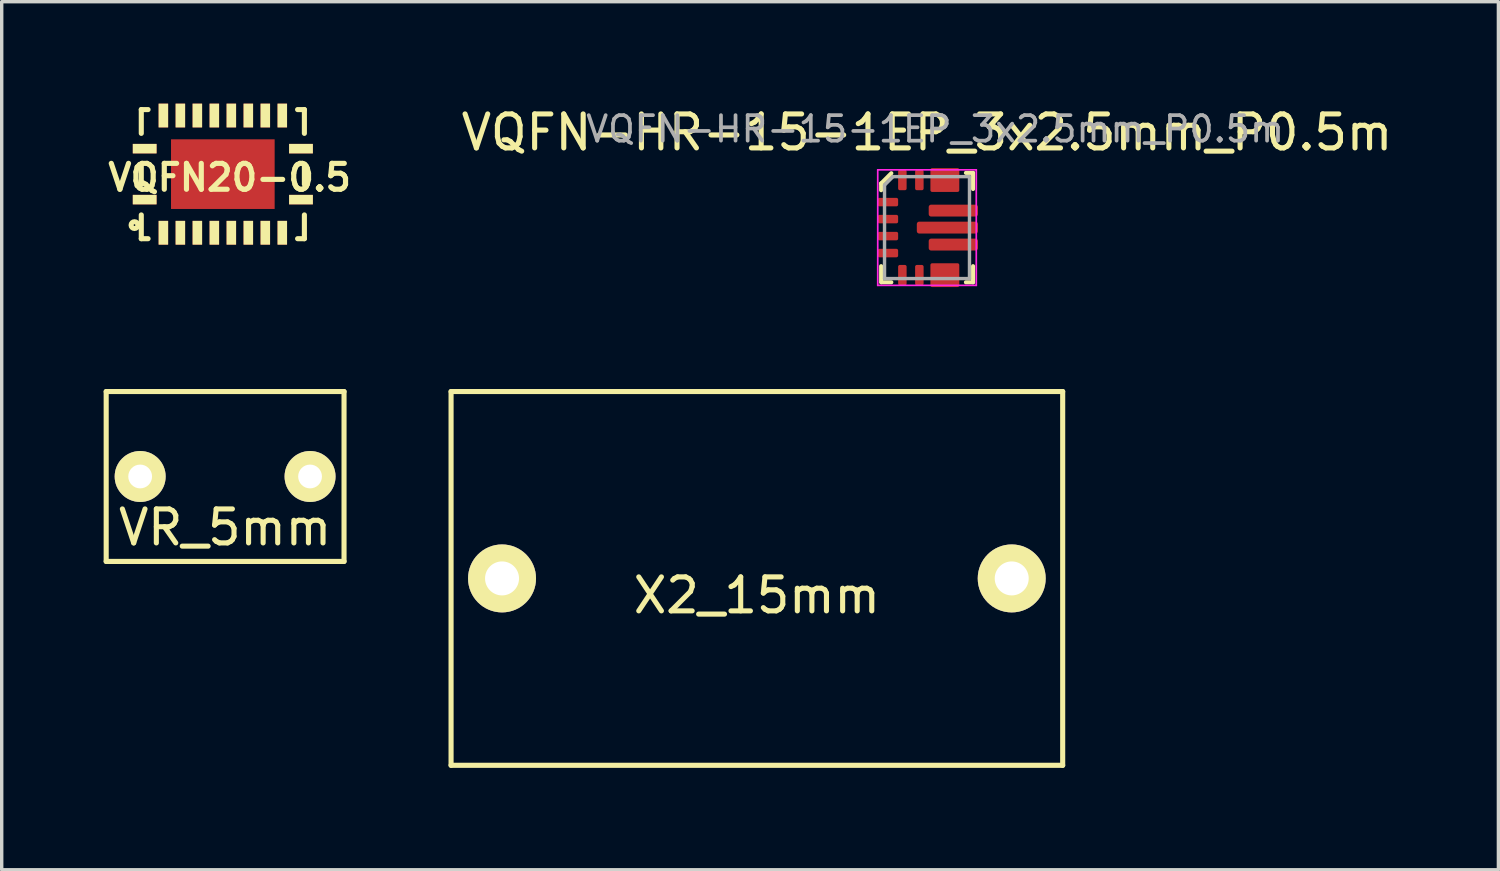
<source format=kicad_pcb>
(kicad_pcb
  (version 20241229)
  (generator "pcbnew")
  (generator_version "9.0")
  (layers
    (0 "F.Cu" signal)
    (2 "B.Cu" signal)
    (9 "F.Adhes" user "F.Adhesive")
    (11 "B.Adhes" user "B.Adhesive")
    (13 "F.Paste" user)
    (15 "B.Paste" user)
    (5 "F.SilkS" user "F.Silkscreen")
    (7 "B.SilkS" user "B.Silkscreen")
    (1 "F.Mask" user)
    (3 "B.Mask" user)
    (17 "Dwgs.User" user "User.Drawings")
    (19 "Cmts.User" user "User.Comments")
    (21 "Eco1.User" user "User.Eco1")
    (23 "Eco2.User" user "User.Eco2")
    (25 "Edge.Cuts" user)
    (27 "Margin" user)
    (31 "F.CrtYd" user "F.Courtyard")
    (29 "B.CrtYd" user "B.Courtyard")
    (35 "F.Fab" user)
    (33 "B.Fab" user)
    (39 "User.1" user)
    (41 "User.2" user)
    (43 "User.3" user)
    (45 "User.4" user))
  (footprint "VR_5mm"
    (layer "F.Cu")
    (at 3.575 10.973)
    (property "Reference" "VR_5mm" (at 0 1.5 0) (layer "F.SilkS") (effects (font (size 1 1) (thickness 0.15))))
    (attr through_hole)
    (fp_line (start -3.5 -2.5) (end 3.5 -2.5) (stroke (width 0.15) (type solid)) (layer "F.SilkS"))
    (fp_line (start -3.5 2.5) (end -3.5 -2.5) (stroke (width 0.15) (type solid)) (layer "F.SilkS"))
    (fp_line (start 3.5 -2.5) (end 3.5 2.5) (stroke (width 0.15) (type solid)) (layer "F.SilkS"))
    (fp_line (start 3.5 2.5) (end -3.5 2.5) (stroke (width 0.15) (type solid)) (layer "F.SilkS"))
    (pad "1" thru_hole circle (at -2.5 0) (size 1.5 1.5) (drill 0.7) (layers "*.Cu" "*.Mask" "F.SilkS"))
    (pad "2" thru_hole circle (at 2.5 0) (size 1.5 1.5) (drill 0.7) (layers "*.Cu" "*.Mask" "F.SilkS")))
  (footprint "X2_15mm"
    (layer "F.Cu")
    (at 19.225 13.973)
    (property "Reference" "X2_15mm" (at 0 0.5 0) (layer "F.SilkS") (effects (font (size 1 1) (thickness 0.15))))
    (attr through_hole)
    (fp_line (start -9 -5.5) (end 9 -5.5) (stroke (width 0.15) (type solid)) (layer "F.SilkS"))
    (fp_line (start -9 5.5) (end -9 -5.5) (stroke (width 0.15) (type solid)) (layer "F.SilkS"))
    (fp_line (start 9 -5.5) (end 9 5.5) (stroke (width 0.15) (type solid)) (layer "F.SilkS"))
    (fp_line (start 9 5.5) (end -9 5.5) (stroke (width 0.15) (type solid)) (layer "F.SilkS"))
    (pad "1" thru_hole circle (at -7.5 0) (size 2 2) (drill 1) (layers "*.Cu" "*.Mask" "F.SilkS"))
    (pad "2" thru_hole circle (at 7.5 0) (size 2 2) (drill 1) (layers "*.Cu" "*.Mask" "F.SilkS")))
  (footprint "VQFN-HR-15-1EP_3x2.5mm_P0.5m"
    (layer "F.Cu")
    (at 24.232 3.648)
    (property "Reference" "VQFN-HR-15-1EP_3x2.5mm_P0.5m" (at 0 -2.8 0) (layer "F.SilkS") (effects (font (size 1 1) (thickness 0.15))))
    (attr smd)
    (fp_poly (pts (xy 0.35 -1.3) (xy 0.7 -1.3) (xy 0.7 -1.65) (xy 0.85 -1.65) (xy 0.85 -1.15) (xy 0.2 -1.15) (xy 0.2 -1.65) (xy 0.35 -1.65)) (stroke (width 0.1) (type solid)) (fill yes) (layer "F.Mask"))
    (fp_poly (pts (xy 0.7 1.3) (xy 0.35 1.3) (xy 0.35 1.65) (xy 0.2 1.65) (xy 0.2 1.15) (xy 0.85 1.15) (xy 0.85 1.65) (xy 0.7 1.65)) (stroke (width 0.1) (type solid)) (fill yes) (layer "F.Mask"))
    (fp_line (start -1.35 -1.3) (end -1.35 -1.1) (stroke (width 0.12) (type solid)) (layer "F.SilkS"))
    (fp_line (start -1.35 1.61) (end -1.35 1.135) (stroke (width 0.12) (type solid)) (layer "F.SilkS"))
    (fp_line (start -1.05 -1.6) (end -1.35 -1.3) (stroke (width 0.12) (type solid)) (layer "F.SilkS"))
    (fp_line (start -1.05 1.61) (end -1.337 1.61) (stroke (width 0.12) (type solid)) (layer "F.SilkS"))
    (fp_line (start 1.145 -1.61) (end 1.355 -1.61) (stroke (width 0.12) (type solid)) (layer "F.SilkS"))
    (fp_line (start 1.145 1.61) (end 1.355 1.61) (stroke (width 0.12) (type solid)) (layer "F.SilkS"))
    (fp_line (start 1.355 -1.61) (end 1.355 -1.135) (stroke (width 0.12) (type solid)) (layer "F.SilkS"))
    (fp_line (start 1.355 1.61) (end 1.355 1.135) (stroke (width 0.12) (type solid)) (layer "F.SilkS"))
    (fp_line (start -1.45 -1.7) (end -1.45 1.7) (stroke (width 0.05) (type solid)) (layer "F.CrtYd"))
    (fp_line (start -1.45 1.7) (end 1.45 1.7) (stroke (width 0.05) (type solid)) (layer "F.CrtYd"))
    (fp_line (start 1.45 -1.7) (end -1.45 -1.7) (stroke (width 0.05) (type solid)) (layer "F.CrtYd"))
    (fp_line (start 1.45 1.7) (end 1.45 -1.7) (stroke (width 0.05) (type solid)) (layer "F.CrtYd"))
    (fp_line (start -1.25 -1.25) (end -1 -1.5) (stroke (width 0.1) (type solid)) (layer "F.Fab"))
    (fp_line (start -1.25 1.5) (end -1.25 -1.25) (stroke (width 0.1) (type solid)) (layer "F.Fab"))
    (fp_line (start -1 -1.5) (end 1.25 -1.5) (stroke (width 0.1) (type solid)) (layer "F.Fab"))
    (fp_line (start 1.25 -1.5) (end 1.25 1.5) (stroke (width 0.1) (type solid)) (layer "F.Fab"))
    (fp_line (start 1.25 1.5) (end -1.25 1.5) (stroke (width 0.1) (type solid)) (layer "F.Fab"))
    (fp_text user "${REFERENCE}" (at 0.24 -2.9 0) (layer "F.Fab") (effects (font (size 0.75 0.75) (thickness 0.11))))
    (pad "1" smd roundrect (at -1.15 -0.75) (size 0.6 0.25) (layers "F.Cu" "F.Mask" "F.Paste") (roundrect_rratio 0.2))
    (pad "2" smd roundrect (at -1.15 -0.25) (size 0.6 0.25) (layers "F.Cu" "F.Mask" "F.Paste") (roundrect_rratio 0.2))
    (pad "3" smd roundrect (at -1.15 0.25) (size 0.6 0.25) (layers "F.Cu" "F.Mask" "F.Paste") (roundrect_rratio 0.2))
    (pad "4" smd roundrect (at -1.15 0.75) (size 0.6 0.25) (layers "F.Cu" "F.Mask" "F.Paste") (roundrect_rratio 0.2))
    (pad "5" smd roundrect (at -0.725 1.4 90) (size 0.6 0.25) (layers "F.Cu" "F.Mask" "F.Paste") (roundrect_rratio 0.2))
    (pad "6" smd roundrect (at -0.225 1.4 90) (size 0.6 0.25) (layers "F.Cu" "F.Mask" "F.Paste") (roundrect_rratio 0.2))
    (pad "7_8" smd roundrect (at 0.525 1.4 270) (size 0.7 0.85) (layers "F.Cu" "F.Paste") (roundrect_rratio 0.071))
    (pad "9" smd roundrect (at 0.775 0.5 180) (size 1.45 0.35) (layers "F.Cu" "F.Mask" "F.Paste") (roundrect_rratio 0.2))
    (pad "10" smd roundrect (at 0.6 0 180) (size 1.8 0.35) (layers "F.Cu" "F.Mask" "F.Paste") (roundrect_rratio 0.2))
    (pad "11" smd roundrect (at 0.775 -0.5 180) (size 1.45 0.35) (layers "F.Cu" "F.Mask" "F.Paste") (roundrect_rratio 0.2))
    (pad "13_12" smd roundrect (at 0.525 -1.4 90) (size 0.7 0.85) (layers "F.Cu" "F.Paste") (roundrect_rratio 0.071))
    (pad "14" smd roundrect (at -0.225 -1.4 90) (size 0.6 0.25) (layers "F.Cu" "F.Mask" "F.Paste") (roundrect_rratio 0.2))
    (pad "15" smd roundrect (at -0.725 -1.4 90) (size 0.6 0.25) (layers "F.Cu" "F.Mask" "F.Paste") (roundrect_rratio 0.2)))
  (footprint "VQFN20-0.5"
    (layer "F.Cu")
    (at 3.508 2.075)
    (property "Reference" "VQFN20-0.5" (at 0.2 0.1 0) (layer "F.SilkS") (effects (font (size 0.762 0.762) (thickness 0.152))))
    (attr smd)
    (fp_line (start -2.4 -1.9) (end -2.2 -1.9) (stroke (width 0.15) (type solid)) (layer "F.SilkS"))
    (fp_line (start -2.4 -1.2) (end -2.4 -1.9) (stroke (width 0.15) (type solid)) (layer "F.SilkS"))
    (fp_line (start -2.4 -0.3) (end -2.4 0.3) (stroke (width 0.15) (type solid)) (layer "F.SilkS"))
    (fp_line (start -2.4 1.2) (end -2.4 1.9) (stroke (width 0.15) (type solid)) (layer "F.SilkS"))
    (fp_line (start -2.4 1.9) (end -2.2 1.9) (stroke (width 0.15) (type solid)) (layer "F.SilkS"))
    (fp_line (start 2.4 -1.9) (end 2.2 -1.9) (stroke (width 0.15) (type solid)) (layer "F.SilkS"))
    (fp_line (start 2.4 -1.2) (end 2.4 -1.9) (stroke (width 0.15) (type solid)) (layer "F.SilkS"))
    (fp_line (start 2.4 -0.3) (end 2.4 0.3) (stroke (width 0.15) (type solid)) (layer "F.SilkS"))
    (fp_line (start 2.4 1.2) (end 2.4 1.9) (stroke (width 0.15) (type solid)) (layer "F.SilkS"))
    (fp_line (start 2.4 1.9) (end 2.2 1.9) (stroke (width 0.15) (type solid)) (layer "F.SilkS"))
    (fp_circle (center -2.6 1.5) (end -2.6 1.6) (stroke (width 0.15) (type solid)) (fill no) (layer "F.SilkS"))
    (pad "1" smd rect (at -2.3 0.75 90) (size 0.28 0.7) (layers "F.Cu" "F.Mask" "F.SilkS" "F.Paste"))
    (pad "2" smd rect (at -1.75 1.725) (size 0.28 0.7) (layers "F.Cu" "F.Mask" "F.SilkS" "F.Paste"))
    (pad "3" smd rect (at -1.25 1.725) (size 0.28 0.7) (layers "F.Cu" "F.Mask" "F.SilkS" "F.Paste"))
    (pad "4" smd rect (at -0.75 1.725) (size 0.28 0.7) (layers "F.Cu" "F.Mask" "F.SilkS" "F.Paste"))
    (pad "5" smd rect (at -0.25 1.725) (size 0.28 0.7) (layers "F.Cu" "F.Mask" "F.SilkS" "F.Paste"))
    (pad "6" smd rect (at 0.25 1.725) (size 0.28 0.7) (layers "F.Cu" "F.Mask" "F.SilkS" "F.Paste"))
    (pad "7" smd rect (at 0.75 1.725) (size 0.28 0.7) (layers "F.Cu" "F.Mask" "F.SilkS" "F.Paste"))
    (pad "8" smd rect (at 1.25 1.725) (size 0.28 0.7) (layers "F.Cu" "F.Mask" "F.SilkS" "F.Paste"))
    (pad "9" smd rect (at 1.75 1.725) (size 0.28 0.7) (layers "F.Cu" "F.Mask" "F.SilkS" "F.Paste"))
    (pad "10" smd rect (at 2.3 0.75 90) (size 0.28 0.7) (layers "F.Cu" "F.Mask" "F.SilkS" "F.Paste"))
    (pad "11" smd rect (at 2.3 -0.75 90) (size 0.28 0.7) (layers "F.Cu" "F.Mask" "F.SilkS" "F.Paste"))
    (pad "12" smd rect (at 1.75 -1.725) (size 0.28 0.7) (layers "F.Cu" "F.Mask" "F.SilkS" "F.Paste"))
    (pad "13" smd rect (at 1.25 -1.725) (size 0.28 0.7) (layers "F.Cu" "F.Mask" "F.SilkS" "F.Paste"))
    (pad "14" smd rect (at 0.75 -1.725) (size 0.28 0.7) (layers "F.Cu" "F.Mask" "F.SilkS" "F.Paste"))
    (pad "15" smd rect (at 0.25 -1.725) (size 0.28 0.7) (layers "F.Cu" "F.Mask" "F.SilkS" "F.Paste"))
    (pad "16" smd rect (at -0.25 -1.725) (size 0.28 0.7) (layers "F.Cu" "F.Mask" "F.SilkS" "F.Paste"))
    (pad "17" smd rect (at -0.75 -1.725) (size 0.28 0.7) (layers "F.Cu" "F.Mask" "F.SilkS" "F.Paste"))
    (pad "18" smd rect (at -1.25 -1.725) (size 0.28 0.7) (layers "F.Cu" "F.Mask" "F.SilkS" "F.Paste"))
    (pad "19" smd rect (at -1.75 -1.725) (size 0.28 0.7) (layers "F.Cu" "F.Mask" "F.SilkS" "F.Paste"))
    (pad "20" smd rect (at -2.3 -0.75 90) (size 0.28 0.7) (layers "F.Cu" "F.Mask" "F.SilkS" "F.Paste"))
    (pad "21" smd rect (at 0 0) (size 3.05 2.05) (layers "F.Cu" "F.Mask" "F.Paste")))
  (gr_rect
    (start -3 -3)
    (end 41.048 22.548)
    (stroke (width 0.1) (type default))
    (fill no)
    (layer "Edge.Cuts")))
</source>
